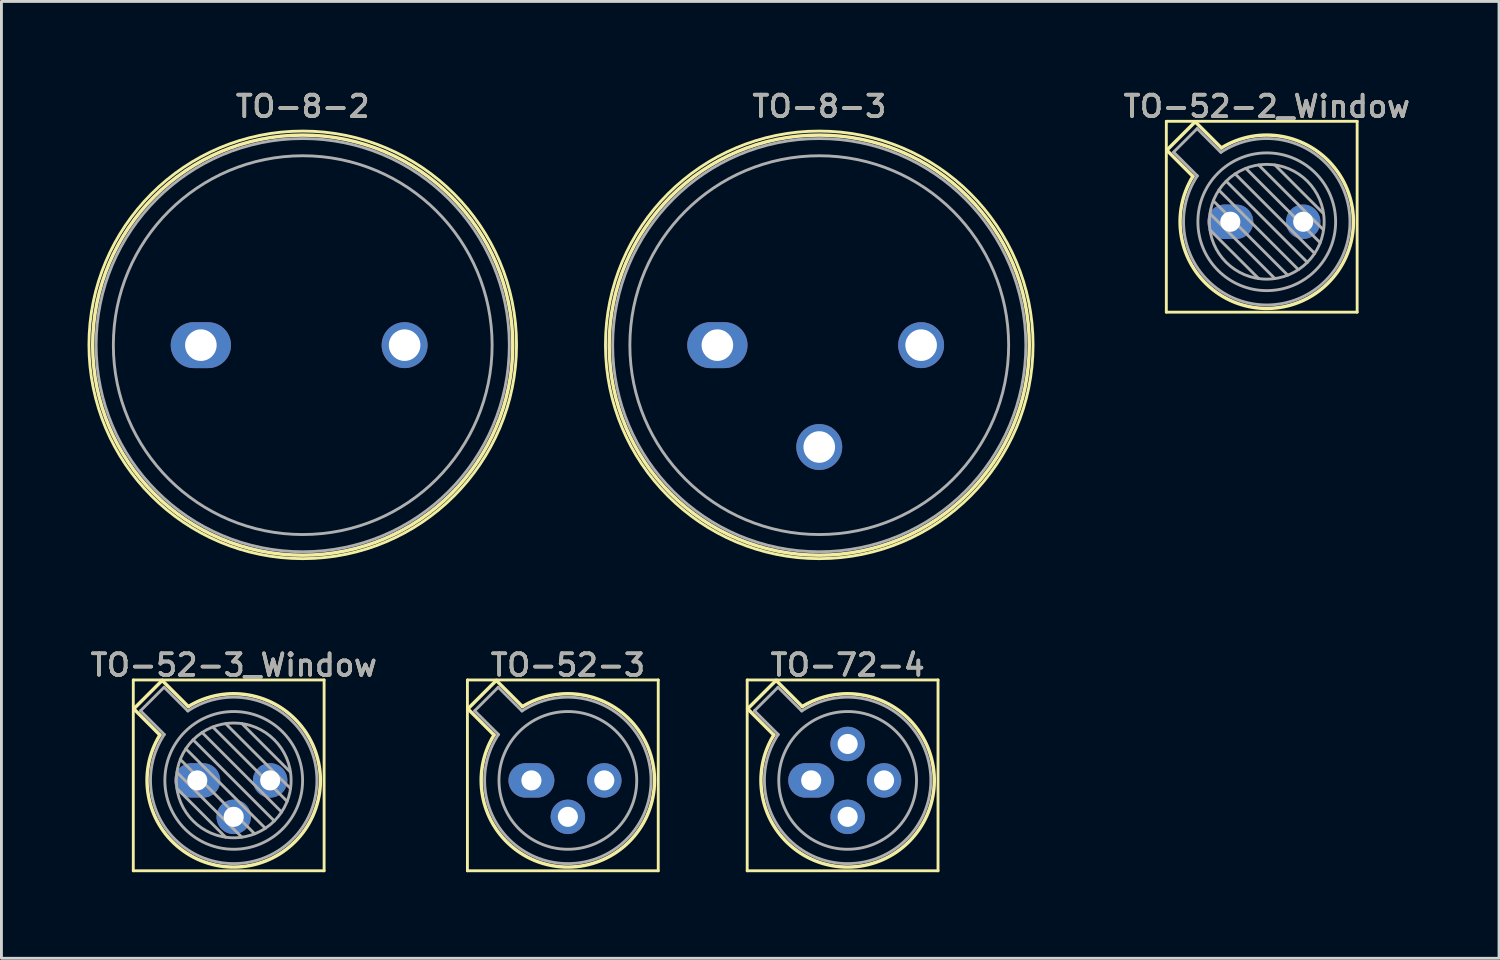
<source format=kicad_pcb>
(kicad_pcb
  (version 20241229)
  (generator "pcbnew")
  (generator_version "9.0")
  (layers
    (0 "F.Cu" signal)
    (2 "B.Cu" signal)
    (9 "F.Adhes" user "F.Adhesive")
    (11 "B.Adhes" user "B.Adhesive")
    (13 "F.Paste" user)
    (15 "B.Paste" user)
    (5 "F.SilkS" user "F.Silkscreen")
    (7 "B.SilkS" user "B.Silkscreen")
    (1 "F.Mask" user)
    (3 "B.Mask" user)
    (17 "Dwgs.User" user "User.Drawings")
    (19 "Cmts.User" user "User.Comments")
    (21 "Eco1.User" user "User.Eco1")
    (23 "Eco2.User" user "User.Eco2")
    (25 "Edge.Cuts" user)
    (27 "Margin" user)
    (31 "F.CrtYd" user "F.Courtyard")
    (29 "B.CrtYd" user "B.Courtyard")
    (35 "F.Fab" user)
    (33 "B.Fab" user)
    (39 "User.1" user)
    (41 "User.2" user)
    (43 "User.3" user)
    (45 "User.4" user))
  (footprint "TO-8-3"
    (layer "F.Cu")
    (at 21.95 8.978)
    (property "Reference" "TO-8-3" (at 3.55 -8.32 0) (layer "F.SilkS") (effects (font (size 0.75 0.75) (thickness 0.125))))
    (attr through_hole)
    (fp_circle (center 3.55 -0.01) (end 11 -0.01) (stroke (width 0.1) (type solid)) (fill no) (layer "F.SilkS"))
    (fp_circle (center 3.55 0) (end 10.87 0) (stroke (width 0.12) (type solid)) (fill no) (layer "F.SilkS"))
    (fp_circle (center 3.55 0) (end 10.15 0) (stroke (width 0.1) (type solid)) (fill no) (layer "F.Fab"))
    (fp_circle (center 3.55 0) (end 10.75 0) (stroke (width 0.1) (type solid)) (fill no) (layer "F.Fab"))
    (fp_text user "${REFERENCE}" (at 3.55 -8.32 0) (layer "F.Fab") (effects (font (size 0.75 0.75) (thickness 0.125))))
    (pad "1" thru_hole oval (at 0 0) (size 2.1 1.6) (drill 1.1) (layers "*.Cu" "*.Mask"))
    (pad "2" thru_hole circle (at 3.55 3.55) (size 1.6 1.6) (drill 1.1) (layers "*.Cu" "*.Mask"))
    (pad "3" thru_hole circle (at 7.1 0) (size 1.6 1.6) (drill 1.1) (layers "*.Cu" "*.Mask")))
  (footprint "TO-72-4"
    (layer "F.Cu")
    (at 25.219 24.146)
    (property "Reference" "TO-72-4" (at 1.27 -4.02 0) (layer "F.SilkS") (effects (font (size 0.75 0.75) (thickness 0.125))))
    (attr through_hole)
    (fp_line (start -2.23 -3.5) (end -2.23 3.15) (stroke (width 0.1) (type solid)) (layer "F.SilkS"))
    (fp_line (start -2.23 3.15) (end 4.42 3.15) (stroke (width 0.1) (type solid)) (layer "F.SilkS"))
    (fp_line (start -2.214 -2.494) (end -1.302 -1.582) (stroke (width 0.12) (type solid)) (layer "F.SilkS"))
    (fp_line (start -1.224 -3.484) (end -2.214 -2.494) (stroke (width 0.12) (type solid)) (layer "F.SilkS"))
    (fp_line (start -0.312 -2.572) (end -1.224 -3.484) (stroke (width 0.12) (type solid)) (layer "F.SilkS"))
    (fp_line (start 4.42 -3.5) (end -2.23 -3.5) (stroke (width 0.1) (type solid)) (layer "F.SilkS"))
    (fp_line (start 4.42 3.15) (end 4.42 -3.5) (stroke (width 0.1) (type solid)) (layer "F.SilkS"))
    (fp_arc (start -0.312331 -2.572281) (mid 3.405462 2.135462) (end -1.302281 -1.582331) (stroke (width 0.12) (type solid)) (layer "F.SilkS"))
    (fp_line (start -1.977 -2.426) (end -1.149 -1.599) (stroke (width 0.1) (type solid)) (layer "F.Fab"))
    (fp_line (start -1.156 -3.247) (end -1.977 -2.426) (stroke (width 0.1) (type solid)) (layer "F.Fab"))
    (fp_line (start -0.329 -2.419) (end -1.156 -3.247) (stroke (width 0.1) (type solid)) (layer "F.Fab"))
    (fp_arc (start -0.329057 -2.419301) (mid 3.32061 2.05061) (end -1.149301 -1.599057) (stroke (width 0.1) (type solid)) (layer "F.Fab"))
    (fp_circle (center 1.27 0) (end 3.67 0) (stroke (width 0.1) (type solid)) (fill no) (layer "F.Fab"))
    (fp_text user "${REFERENCE}" (at 1.27 -4.02 0) (layer "F.Fab") (effects (font (size 0.75 0.75) (thickness 0.125))))
    (pad "1" thru_hole oval (at 0 0) (size 1.6 1.2) (drill 0.7) (layers "*.Cu" "*.Mask"))
    (pad "2" thru_hole circle (at 1.27 1.27) (size 1.2 1.2) (drill 0.7) (layers "*.Cu" "*.Mask"))
    (pad "3" thru_hole circle (at 2.54 0) (size 1.2 1.2) (drill 0.7) (layers "*.Cu" "*.Mask"))
    (pad "4" thru_hole circle (at 1.27 -1.27) (size 1.2 1.2) (drill 0.7) (layers "*.Cu" "*.Mask")))
  (footprint "TO-8-2"
    (layer "F.Cu")
    (at 3.95 8.978)
    (property "Reference" "TO-8-2" (at 3.55 -8.32 0) (layer "F.SilkS") (effects (font (size 0.75 0.75) (thickness 0.125))))
    (attr through_hole)
    (fp_circle (center 3.55 -0.01) (end 11 -0.01) (stroke (width 0.1) (type solid)) (fill no) (layer "F.SilkS"))
    (fp_circle (center 3.55 0) (end 10.87 0) (stroke (width 0.12) (type solid)) (fill no) (layer "F.SilkS"))
    (fp_circle (center 3.55 0) (end 10.15 0) (stroke (width 0.1) (type solid)) (fill no) (layer "F.Fab"))
    (fp_circle (center 3.55 0) (end 10.75 0) (stroke (width 0.1) (type solid)) (fill no) (layer "F.Fab"))
    (fp_text user "${REFERENCE}" (at 3.55 -8.32 0) (layer "F.Fab") (effects (font (size 0.75 0.75) (thickness 0.125))))
    (pad "1" thru_hole oval (at 0 0) (size 2.1 1.6) (drill 1.1) (layers "*.Cu" "*.Mask"))
    (pad "2" thru_hole circle (at 7.1 0) (size 1.6 1.6) (drill 1.1) (layers "*.Cu" "*.Mask")))
  (footprint "TO-52-3_Window"
    (layer "F.Cu")
    (at 3.825 24.146)
    (property "Reference" "TO-52-3_Window" (at 1.27 -4.02 0) (layer "F.SilkS") (effects (font (size 0.75 0.75) (thickness 0.125))))
    (attr through_hole)
    (fp_line (start -2.23 -3.5) (end -2.23 3.15) (stroke (width 0.1) (type solid)) (layer "F.SilkS"))
    (fp_line (start -2.23 3.15) (end 4.42 3.15) (stroke (width 0.1) (type solid)) (layer "F.SilkS"))
    (fp_line (start -2.214 -2.494) (end -1.302 -1.582) (stroke (width 0.12) (type solid)) (layer "F.SilkS"))
    (fp_line (start -1.224 -3.484) (end -2.214 -2.494) (stroke (width 0.12) (type solid)) (layer "F.SilkS"))
    (fp_line (start -0.312 -2.572) (end -1.224 -3.484) (stroke (width 0.12) (type solid)) (layer "F.SilkS"))
    (fp_line (start 4.42 -3.5) (end -2.23 -3.5) (stroke (width 0.1) (type solid)) (layer "F.SilkS"))
    (fp_line (start 4.42 3.15) (end 4.42 -3.5) (stroke (width 0.1) (type solid)) (layer "F.SilkS"))
    (fp_arc (start -0.312331 -2.572281) (mid 3.405462 2.135462) (end -1.302281 -1.582331) (stroke (width 0.12) (type solid)) (layer "F.SilkS"))
    (fp_line (start -1.977 -2.426) (end -1.149 -1.599) (stroke (width 0.1) (type solid)) (layer "F.Fab"))
    (fp_line (start -1.156 -3.247) (end -1.977 -2.426) (stroke (width 0.1) (type solid)) (layer "F.Fab"))
    (fp_line (start -0.71 -0.283) (end 1.553 1.98) (stroke (width 0.1) (type solid)) (layer "F.Fab"))
    (fp_line (start -0.71 0.283) (end 0.987 1.98) (stroke (width 0.1) (type solid)) (layer "F.Fab"))
    (fp_line (start -0.592 -0.731) (end 2.001 1.862) (stroke (width 0.1) (type solid)) (layer "F.Fab"))
    (fp_line (start -0.399 -1.103) (end 2.373 1.669) (stroke (width 0.1) (type solid)) (layer "F.Fab"))
    (fp_line (start -0.329 -2.419) (end -1.156 -3.247) (stroke (width 0.1) (type solid)) (layer "F.Fab"))
    (fp_line (start -0.145 -1.415) (end 2.685 1.415) (stroke (width 0.1) (type solid)) (layer "F.Fab"))
    (fp_line (start 0.167 -1.669) (end 2.939 1.103) (stroke (width 0.1) (type solid)) (layer "F.Fab"))
    (fp_line (start 0.539 -1.862) (end 3.132 0.731) (stroke (width 0.1) (type solid)) (layer "F.Fab"))
    (fp_line (start 0.987 -1.98) (end 3.25 0.283) (stroke (width 0.1) (type solid)) (layer "F.Fab"))
    (fp_line (start 1.553 -1.98) (end 3.25 -0.283) (stroke (width 0.1) (type solid)) (layer "F.Fab"))
    (fp_arc (start -0.329057 -2.419301) (mid 3.32061 2.05061) (end -1.149301 -1.599057) (stroke (width 0.1) (type solid)) (layer "F.Fab"))
    (fp_circle (center 1.27 0) (end 3.27 0) (stroke (width 0.1) (type solid)) (fill no) (layer "F.Fab"))
    (fp_circle (center 1.27 0) (end 3.67 0) (stroke (width 0.1) (type solid)) (fill no) (layer "F.Fab"))
    (fp_text user "${REFERENCE}" (at 1.27 -4.02 0) (layer "F.Fab") (effects (font (size 0.75 0.75) (thickness 0.125))))
    (pad "1" thru_hole oval (at 0 0) (size 1.6 1.2) (drill 0.7) (layers "*.Cu" "*.Mask"))
    (pad "2" thru_hole circle (at 1.27 1.27) (size 1.2 1.2) (drill 0.7) (layers "*.Cu" "*.Mask"))
    (pad "3" thru_hole circle (at 2.54 0) (size 1.2 1.2) (drill 0.7) (layers "*.Cu" "*.Mask")))
  (footprint "TO-52-2_Window"
    (layer "F.Cu")
    (at 39.825 4.678)
    (property "Reference" "TO-52-2_Window" (at 1.27 -4.02 0) (layer "F.SilkS") (effects (font (size 0.75 0.75) (thickness 0.125))))
    (attr through_hole)
    (fp_line (start -2.23 -3.5) (end -2.23 3.15) (stroke (width 0.1) (type solid)) (layer "F.SilkS"))
    (fp_line (start -2.23 3.15) (end 4.42 3.15) (stroke (width 0.1) (type solid)) (layer "F.SilkS"))
    (fp_line (start -2.214 -2.494) (end -1.302 -1.582) (stroke (width 0.12) (type solid)) (layer "F.SilkS"))
    (fp_line (start -1.224 -3.484) (end -2.214 -2.494) (stroke (width 0.12) (type solid)) (layer "F.SilkS"))
    (fp_line (start -0.312 -2.572) (end -1.224 -3.484) (stroke (width 0.12) (type solid)) (layer "F.SilkS"))
    (fp_line (start 4.42 -3.5) (end -2.23 -3.5) (stroke (width 0.1) (type solid)) (layer "F.SilkS"))
    (fp_line (start 4.42 3.15) (end 4.42 -3.5) (stroke (width 0.1) (type solid)) (layer "F.SilkS"))
    (fp_arc (start -0.312331 -2.572281) (mid 3.405462 2.135462) (end -1.302281 -1.582331) (stroke (width 0.12) (type solid)) (layer "F.SilkS"))
    (fp_line (start -1.977 -2.426) (end -1.149 -1.599) (stroke (width 0.1) (type solid)) (layer "F.Fab"))
    (fp_line (start -1.156 -3.247) (end -1.977 -2.426) (stroke (width 0.1) (type solid)) (layer "F.Fab"))
    (fp_line (start -0.71 -0.283) (end 1.553 1.98) (stroke (width 0.1) (type solid)) (layer "F.Fab"))
    (fp_line (start -0.71 0.283) (end 0.987 1.98) (stroke (width 0.1) (type solid)) (layer "F.Fab"))
    (fp_line (start -0.592 -0.731) (end 2.001 1.862) (stroke (width 0.1) (type solid)) (layer "F.Fab"))
    (fp_line (start -0.399 -1.103) (end 2.373 1.669) (stroke (width 0.1) (type solid)) (layer "F.Fab"))
    (fp_line (start -0.329 -2.419) (end -1.156 -3.247) (stroke (width 0.1) (type solid)) (layer "F.Fab"))
    (fp_line (start -0.145 -1.415) (end 2.685 1.415) (stroke (width 0.1) (type solid)) (layer "F.Fab"))
    (fp_line (start 0.167 -1.669) (end 2.939 1.103) (stroke (width 0.1) (type solid)) (layer "F.Fab"))
    (fp_line (start 0.539 -1.862) (end 3.132 0.731) (stroke (width 0.1) (type solid)) (layer "F.Fab"))
    (fp_line (start 0.987 -1.98) (end 3.25 0.283) (stroke (width 0.1) (type solid)) (layer "F.Fab"))
    (fp_line (start 1.553 -1.98) (end 3.25 -0.283) (stroke (width 0.1) (type solid)) (layer "F.Fab"))
    (fp_arc (start -0.329057 -2.419301) (mid 3.32061 2.05061) (end -1.149301 -1.599057) (stroke (width 0.1) (type solid)) (layer "F.Fab"))
    (fp_circle (center 1.27 0) (end 3.27 0) (stroke (width 0.1) (type solid)) (fill no) (layer "F.Fab"))
    (fp_circle (center 1.27 0) (end 3.67 0) (stroke (width 0.1) (type solid)) (fill no) (layer "F.Fab"))
    (fp_text user "${REFERENCE}" (at 1.27 -4.02 0) (layer "F.Fab") (effects (font (size 0.75 0.75) (thickness 0.125))))
    (pad "1" thru_hole oval (at 0 0) (size 1.6 1.2) (drill 0.7) (layers "*.Cu" "*.Mask"))
    (pad "2" thru_hole circle (at 2.54 0) (size 1.2 1.2) (drill 0.7) (layers "*.Cu" "*.Mask")))
  (footprint "TO-52-3"
    (layer "F.Cu")
    (at 15.469 24.146)
    (property "Reference" "TO-52-3" (at 1.27 -4.02 0) (layer "F.SilkS") (effects (font (size 0.75 0.75) (thickness 0.125))))
    (attr through_hole)
    (fp_line (start -2.23 -3.5) (end -2.23 3.15) (stroke (width 0.1) (type solid)) (layer "F.SilkS"))
    (fp_line (start -2.23 3.15) (end 4.42 3.15) (stroke (width 0.1) (type solid)) (layer "F.SilkS"))
    (fp_line (start -2.214 -2.494) (end -1.302 -1.582) (stroke (width 0.12) (type solid)) (layer "F.SilkS"))
    (fp_line (start -1.224 -3.484) (end -2.214 -2.494) (stroke (width 0.12) (type solid)) (layer "F.SilkS"))
    (fp_line (start -0.312 -2.572) (end -1.224 -3.484) (stroke (width 0.12) (type solid)) (layer "F.SilkS"))
    (fp_line (start 4.42 -3.5) (end -2.23 -3.5) (stroke (width 0.1) (type solid)) (layer "F.SilkS"))
    (fp_line (start 4.42 3.15) (end 4.42 -3.5) (stroke (width 0.1) (type solid)) (layer "F.SilkS"))
    (fp_arc (start -0.312331 -2.572281) (mid 3.405462 2.135462) (end -1.302281 -1.582331) (stroke (width 0.12) (type solid)) (layer "F.SilkS"))
    (fp_line (start -1.977 -2.426) (end -1.149 -1.599) (stroke (width 0.1) (type solid)) (layer "F.Fab"))
    (fp_line (start -1.156 -3.247) (end -1.977 -2.426) (stroke (width 0.1) (type solid)) (layer "F.Fab"))
    (fp_line (start -0.329 -2.419) (end -1.156 -3.247) (stroke (width 0.1) (type solid)) (layer "F.Fab"))
    (fp_arc (start -0.329057 -2.419301) (mid 3.32061 2.05061) (end -1.149301 -1.599057) (stroke (width 0.1) (type solid)) (layer "F.Fab"))
    (fp_circle (center 1.27 0) (end 3.67 0) (stroke (width 0.1) (type solid)) (fill no) (layer "F.Fab"))
    (fp_text user "${REFERENCE}" (at 1.27 -4.02 0) (layer "F.Fab") (effects (font (size 0.75 0.75) (thickness 0.125))))
    (pad "1" thru_hole oval (at 0 0) (size 1.6 1.2) (drill 0.7) (layers "*.Cu" "*.Mask"))
    (pad "2" thru_hole circle (at 1.27 1.27) (size 1.2 1.2) (drill 0.7) (layers "*.Cu" "*.Mask"))
    (pad "3" thru_hole circle (at 2.54 0) (size 1.2 1.2) (drill 0.7) (layers "*.Cu" "*.Mask")))
  (gr_rect
    (start -3 -3)
    (end 49.189 30.346)
    (stroke (width 0.1) (type default))
    (fill no)
    (layer "Edge.Cuts")))
</source>
